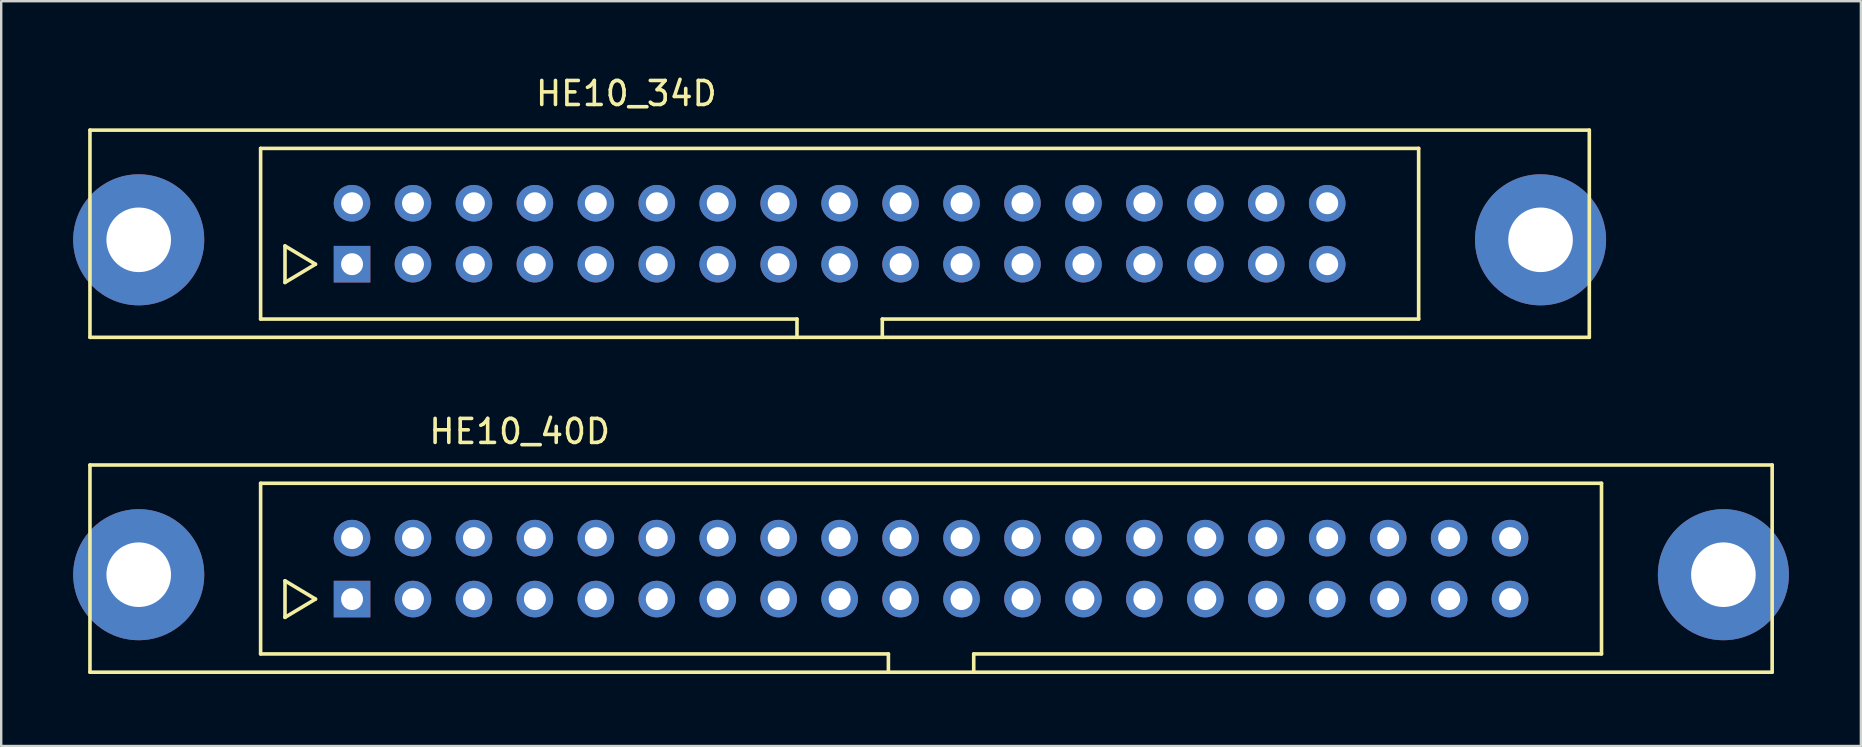
<source format=kicad_pcb>
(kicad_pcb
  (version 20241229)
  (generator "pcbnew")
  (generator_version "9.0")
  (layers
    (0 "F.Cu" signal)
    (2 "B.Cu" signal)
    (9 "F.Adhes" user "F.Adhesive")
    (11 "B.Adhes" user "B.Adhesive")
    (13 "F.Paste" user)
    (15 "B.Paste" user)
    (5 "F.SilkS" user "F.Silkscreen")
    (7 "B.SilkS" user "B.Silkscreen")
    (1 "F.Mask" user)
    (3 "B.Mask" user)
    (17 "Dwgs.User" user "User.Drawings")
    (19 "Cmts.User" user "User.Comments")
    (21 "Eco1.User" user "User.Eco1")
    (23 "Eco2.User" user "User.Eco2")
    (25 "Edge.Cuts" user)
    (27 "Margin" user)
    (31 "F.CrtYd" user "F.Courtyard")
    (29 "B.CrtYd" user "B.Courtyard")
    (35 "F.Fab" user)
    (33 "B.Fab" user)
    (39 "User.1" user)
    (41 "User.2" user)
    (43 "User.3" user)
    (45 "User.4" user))
  (footprint "HE10_40D"
    (layer "F.Cu")
    (at 35.751 20.646)
    (property "Reference" "HE10_40D" (at -17.145 -5.715 0) (layer "F.SilkS") (effects (font (size 1 1) (thickness 0.15))))
    (attr through_hole)
    (fp_line (start -35.052 -4.318) (end -35.052 4.318) (stroke (width 0.15) (type solid)) (layer "F.SilkS"))
    (fp_line (start -35.052 4.318) (end 35.052 4.318) (stroke (width 0.15) (type solid)) (layer "F.SilkS"))
    (fp_line (start -27.94 -3.556) (end 27.94 -3.556) (stroke (width 0.15) (type solid)) (layer "F.SilkS"))
    (fp_line (start -27.94 3.556) (end -27.94 -3.556) (stroke (width 0.15) (type solid)) (layer "F.SilkS"))
    (fp_line (start -26.924 0.508) (end -26.924 2.032) (stroke (width 0.15) (type solid)) (layer "F.SilkS"))
    (fp_line (start -26.924 2.032) (end -25.654 1.27) (stroke (width 0.15) (type solid)) (layer "F.SilkS"))
    (fp_line (start -25.654 1.27) (end -26.924 0.508) (stroke (width 0.15) (type solid)) (layer "F.SilkS"))
    (fp_line (start -1.778 3.556) (end -27.94 3.556) (stroke (width 0.15) (type solid)) (layer "F.SilkS"))
    (fp_line (start -1.778 4.318) (end -1.778 3.556) (stroke (width 0.15) (type solid)) (layer "F.SilkS"))
    (fp_line (start 1.778 3.556) (end 1.778 4.318) (stroke (width 0.15) (type solid)) (layer "F.SilkS"))
    (fp_line (start 27.94 -3.556) (end 27.94 3.556) (stroke (width 0.15) (type solid)) (layer "F.SilkS"))
    (fp_line (start 27.94 3.556) (end 1.778 3.556) (stroke (width 0.15) (type solid)) (layer "F.SilkS"))
    (fp_line (start 35.052 -4.318) (end -35.052 -4.318) (stroke (width 0.15) (type solid)) (layer "F.SilkS"))
    (fp_line (start 35.052 4.318) (end 35.052 -4.318) (stroke (width 0.15) (type solid)) (layer "F.SilkS"))
    (pad "" thru_hole circle (at -33.02 0.254) (size 5.461 5.461) (drill 2.692) (layers "*.Cu" "*.Mask"))
    (pad "" thru_hole circle (at 33.02 0.254) (size 5.461 5.461) (drill 2.692) (layers "*.Cu" "*.Mask"))
    (pad "1" thru_hole rect (at -24.13 1.27) (size 1.524 1.524) (drill 0.914) (layers "*.Cu" "*.Mask"))
    (pad "2" thru_hole circle (at -24.13 -1.27) (size 1.524 1.524) (drill 0.914) (layers "*.Cu" "*.Mask"))
    (pad "3" thru_hole circle (at -21.59 1.27) (size 1.524 1.524) (drill 0.914) (layers "*.Cu" "*.Mask"))
    (pad "4" thru_hole circle (at -21.59 -1.27) (size 1.524 1.524) (drill 0.914) (layers "*.Cu" "*.Mask"))
    (pad "5" thru_hole circle (at -19.05 1.27) (size 1.524 1.524) (drill 0.914) (layers "*.Cu" "*.Mask"))
    (pad "6" thru_hole circle (at -19.05 -1.27) (size 1.524 1.524) (drill 0.914) (layers "*.Cu" "*.Mask"))
    (pad "7" thru_hole circle (at -16.51 1.27) (size 1.524 1.524) (drill 0.914) (layers "*.Cu" "*.Mask"))
    (pad "8" thru_hole circle (at -16.51 -1.27) (size 1.524 1.524) (drill 0.914) (layers "*.Cu" "*.Mask"))
    (pad "9" thru_hole circle (at -13.97 1.27) (size 1.524 1.524) (drill 0.914) (layers "*.Cu" "*.Mask"))
    (pad "10" thru_hole circle (at -13.97 -1.27) (size 1.524 1.524) (drill 0.914) (layers "*.Cu" "*.Mask"))
    (pad "11" thru_hole circle (at -11.43 1.27) (size 1.524 1.524) (drill 0.914) (layers "*.Cu" "*.Mask"))
    (pad "12" thru_hole circle (at -11.43 -1.27) (size 1.524 1.524) (drill 0.914) (layers "*.Cu" "*.Mask"))
    (pad "13" thru_hole circle (at -8.89 1.27) (size 1.524 1.524) (drill 0.914) (layers "*.Cu" "*.Mask"))
    (pad "14" thru_hole circle (at -8.89 -1.27) (size 1.524 1.524) (drill 0.914) (layers "*.Cu" "*.Mask"))
    (pad "15" thru_hole circle (at -6.35 1.27) (size 1.524 1.524) (drill 0.914) (layers "*.Cu" "*.Mask"))
    (pad "16" thru_hole circle (at -6.35 -1.27) (size 1.524 1.524) (drill 0.914) (layers "*.Cu" "*.Mask"))
    (pad "17" thru_hole circle (at -3.81 1.27) (size 1.524 1.524) (drill 0.914) (layers "*.Cu" "*.Mask"))
    (pad "18" thru_hole circle (at -3.81 -1.27) (size 1.524 1.524) (drill 0.914) (layers "*.Cu" "*.Mask"))
    (pad "19" thru_hole circle (at -1.27 1.27) (size 1.524 1.524) (drill 0.914) (layers "*.Cu" "*.Mask"))
    (pad "20" thru_hole circle (at -1.27 -1.27) (size 1.524 1.524) (drill 0.914) (layers "*.Cu" "*.Mask"))
    (pad "21" thru_hole circle (at 1.27 1.27) (size 1.524 1.524) (drill 0.914) (layers "*.Cu" "*.Mask"))
    (pad "22" thru_hole circle (at 1.27 -1.27) (size 1.524 1.524) (drill 0.914) (layers "*.Cu" "*.Mask"))
    (pad "23" thru_hole circle (at 3.81 1.27) (size 1.524 1.524) (drill 0.914) (layers "*.Cu" "*.Mask"))
    (pad "24" thru_hole circle (at 3.81 -1.27) (size 1.524 1.524) (drill 0.914) (layers "*.Cu" "*.Mask"))
    (pad "25" thru_hole circle (at 6.35 1.27) (size 1.524 1.524) (drill 0.914) (layers "*.Cu" "*.Mask"))
    (pad "26" thru_hole circle (at 6.35 -1.27) (size 1.524 1.524) (drill 0.914) (layers "*.Cu" "*.Mask"))
    (pad "27" thru_hole circle (at 8.89 1.27) (size 1.524 1.524) (drill 0.914) (layers "*.Cu" "*.Mask"))
    (pad "28" thru_hole circle (at 8.89 -1.27) (size 1.524 1.524) (drill 0.914) (layers "*.Cu" "*.Mask"))
    (pad "29" thru_hole circle (at 11.43 1.27) (size 1.524 1.524) (drill 0.914) (layers "*.Cu" "*.Mask"))
    (pad "30" thru_hole circle (at 11.43 -1.27) (size 1.524 1.524) (drill 0.914) (layers "*.Cu" "*.Mask"))
    (pad "31" thru_hole circle (at 13.97 1.27) (size 1.524 1.524) (drill 0.914) (layers "*.Cu" "*.Mask"))
    (pad "32" thru_hole circle (at 13.97 -1.27) (size 1.524 1.524) (drill 0.914) (layers "*.Cu" "*.Mask"))
    (pad "33" thru_hole circle (at 16.51 1.27) (size 1.524 1.524) (drill 0.914) (layers "*.Cu" "*.Mask"))
    (pad "34" thru_hole circle (at 16.51 -1.27) (size 1.524 1.524) (drill 0.914) (layers "*.Cu" "*.Mask"))
    (pad "35" thru_hole circle (at 19.05 1.27) (size 1.524 1.524) (drill 0.914) (layers "*.Cu" "*.Mask"))
    (pad "36" thru_hole circle (at 19.05 -1.27) (size 1.524 1.524) (drill 0.914) (layers "*.Cu" "*.Mask"))
    (pad "37" thru_hole circle (at 21.59 1.27) (size 1.524 1.524) (drill 0.914) (layers "*.Cu" "*.Mask"))
    (pad "38" thru_hole circle (at 21.59 -1.27) (size 1.524 1.524) (drill 0.914) (layers "*.Cu" "*.Mask"))
    (pad "39" thru_hole circle (at 24.13 1.27) (size 1.524 1.524) (drill 0.914) (layers "*.Cu" "*.Mask"))
    (pad "40" thru_hole circle (at 24.13 -1.27) (size 1.524 1.524) (drill 0.914) (layers "*.Cu" "*.Mask")))
  (footprint "HE10_34D"
    (layer "F.Cu")
    (at 31.941 6.69)
    (property "Reference" "HE10_34D" (at -8.89 -5.842 0) (layer "F.SilkS") (effects (font (size 1 1) (thickness 0.15))))
    (attr through_hole)
    (fp_line (start -31.242 -4.318) (end -31.242 4.318) (stroke (width 0.15) (type solid)) (layer "F.SilkS"))
    (fp_line (start -31.242 4.318) (end 31.242 4.318) (stroke (width 0.15) (type solid)) (layer "F.SilkS"))
    (fp_line (start -24.13 -3.556) (end 24.13 -3.556) (stroke (width 0.15) (type solid)) (layer "F.SilkS"))
    (fp_line (start -24.13 3.556) (end -24.13 -3.556) (stroke (width 0.15) (type solid)) (layer "F.SilkS"))
    (fp_line (start -23.114 0.508) (end -23.114 2.032) (stroke (width 0.15) (type solid)) (layer "F.SilkS"))
    (fp_line (start -23.114 2.032) (end -21.844 1.27) (stroke (width 0.15) (type solid)) (layer "F.SilkS"))
    (fp_line (start -21.844 1.27) (end -23.114 0.508) (stroke (width 0.15) (type solid)) (layer "F.SilkS"))
    (fp_line (start -1.778 3.556) (end -24.13 3.556) (stroke (width 0.15) (type solid)) (layer "F.SilkS"))
    (fp_line (start -1.778 4.318) (end -1.778 3.556) (stroke (width 0.15) (type solid)) (layer "F.SilkS"))
    (fp_line (start 1.778 3.556) (end 1.778 4.318) (stroke (width 0.15) (type solid)) (layer "F.SilkS"))
    (fp_line (start 24.13 -3.556) (end 24.13 3.556) (stroke (width 0.15) (type solid)) (layer "F.SilkS"))
    (fp_line (start 24.13 3.556) (end 1.778 3.556) (stroke (width 0.15) (type solid)) (layer "F.SilkS"))
    (fp_line (start 31.242 -4.318) (end -31.242 -4.318) (stroke (width 0.15) (type solid)) (layer "F.SilkS"))
    (fp_line (start 31.242 4.318) (end 31.242 -4.318) (stroke (width 0.15) (type solid)) (layer "F.SilkS"))
    (pad "" thru_hole circle (at -29.21 0.254) (size 5.461 5.461) (drill 2.692) (layers "*.Cu" "*.Mask"))
    (pad "" thru_hole circle (at 29.21 0.254) (size 5.461 5.461) (drill 2.692) (layers "*.Cu" "*.Mask"))
    (pad "1" thru_hole rect (at -20.32 1.27) (size 1.524 1.524) (drill 0.914) (layers "*.Cu" "*.Mask"))
    (pad "2" thru_hole circle (at -20.32 -1.27) (size 1.524 1.524) (drill 0.914) (layers "*.Cu" "*.Mask"))
    (pad "3" thru_hole circle (at -17.78 1.27) (size 1.524 1.524) (drill 0.914) (layers "*.Cu" "*.Mask"))
    (pad "4" thru_hole circle (at -17.78 -1.27) (size 1.524 1.524) (drill 0.914) (layers "*.Cu" "*.Mask"))
    (pad "5" thru_hole circle (at -15.24 1.27) (size 1.524 1.524) (drill 0.914) (layers "*.Cu" "*.Mask"))
    (pad "6" thru_hole circle (at -15.24 -1.27) (size 1.524 1.524) (drill 0.914) (layers "*.Cu" "*.Mask"))
    (pad "7" thru_hole circle (at -12.7 1.27) (size 1.524 1.524) (drill 0.914) (layers "*.Cu" "*.Mask"))
    (pad "8" thru_hole circle (at -12.7 -1.27) (size 1.524 1.524) (drill 0.914) (layers "*.Cu" "*.Mask"))
    (pad "9" thru_hole circle (at -10.16 1.27) (size 1.524 1.524) (drill 0.914) (layers "*.Cu" "*.Mask"))
    (pad "10" thru_hole circle (at -10.16 -1.27) (size 1.524 1.524) (drill 0.914) (layers "*.Cu" "*.Mask"))
    (pad "11" thru_hole circle (at -7.62 1.27) (size 1.524 1.524) (drill 0.914) (layers "*.Cu" "*.Mask"))
    (pad "12" thru_hole circle (at -7.62 -1.27) (size 1.524 1.524) (drill 0.914) (layers "*.Cu" "*.Mask"))
    (pad "13" thru_hole circle (at -5.08 1.27) (size 1.524 1.524) (drill 0.914) (layers "*.Cu" "*.Mask"))
    (pad "14" thru_hole circle (at -5.08 -1.27) (size 1.524 1.524) (drill 0.914) (layers "*.Cu" "*.Mask"))
    (pad "15" thru_hole circle (at -2.54 1.27) (size 1.524 1.524) (drill 0.914) (layers "*.Cu" "*.Mask"))
    (pad "16" thru_hole circle (at -2.54 -1.27) (size 1.524 1.524) (drill 0.914) (layers "*.Cu" "*.Mask"))
    (pad "17" thru_hole circle (at 0 1.27) (size 1.524 1.524) (drill 0.914) (layers "*.Cu" "*.Mask"))
    (pad "18" thru_hole circle (at 0 -1.27) (size 1.524 1.524) (drill 0.914) (layers "*.Cu" "*.Mask"))
    (pad "19" thru_hole circle (at 2.54 1.27) (size 1.524 1.524) (drill 0.914) (layers "*.Cu" "*.Mask"))
    (pad "20" thru_hole circle (at 2.54 -1.27) (size 1.524 1.524) (drill 0.914) (layers "*.Cu" "*.Mask"))
    (pad "21" thru_hole circle (at 5.08 1.27) (size 1.524 1.524) (drill 0.914) (layers "*.Cu" "*.Mask"))
    (pad "22" thru_hole circle (at 5.08 -1.27) (size 1.524 1.524) (drill 0.914) (layers "*.Cu" "*.Mask"))
    (pad "23" thru_hole circle (at 7.62 1.27) (size 1.524 1.524) (drill 0.914) (layers "*.Cu" "*.Mask"))
    (pad "24" thru_hole circle (at 7.62 -1.27) (size 1.524 1.524) (drill 0.914) (layers "*.Cu" "*.Mask"))
    (pad "25" thru_hole circle (at 10.16 1.27) (size 1.524 1.524) (drill 0.914) (layers "*.Cu" "*.Mask"))
    (pad "26" thru_hole circle (at 10.16 -1.27) (size 1.524 1.524) (drill 0.914) (layers "*.Cu" "*.Mask"))
    (pad "27" thru_hole circle (at 12.7 1.27) (size 1.524 1.524) (drill 0.914) (layers "*.Cu" "*.Mask"))
    (pad "28" thru_hole circle (at 12.7 -1.27) (size 1.524 1.524) (drill 0.914) (layers "*.Cu" "*.Mask"))
    (pad "29" thru_hole circle (at 15.24 1.27) (size 1.524 1.524) (drill 0.914) (layers "*.Cu" "*.Mask"))
    (pad "30" thru_hole circle (at 15.24 -1.27) (size 1.524 1.524) (drill 0.914) (layers "*.Cu" "*.Mask"))
    (pad "31" thru_hole circle (at 17.78 1.27) (size 1.524 1.524) (drill 0.914) (layers "*.Cu" "*.Mask"))
    (pad "32" thru_hole circle (at 17.78 -1.27) (size 1.524 1.524) (drill 0.914) (layers "*.Cu" "*.Mask"))
    (pad "33" thru_hole circle (at 20.32 1.27) (size 1.524 1.524) (drill 0.914) (layers "*.Cu" "*.Mask"))
    (pad "34" thru_hole circle (at 20.32 -1.27) (size 1.524 1.524) (drill 0.914) (layers "*.Cu" "*.Mask")))
  (gr_rect
    (start -3 -3)
    (end 74.501 28.04)
    (stroke (width 0.1) (type default))
    (fill no)
    (layer "Edge.Cuts")))
</source>
